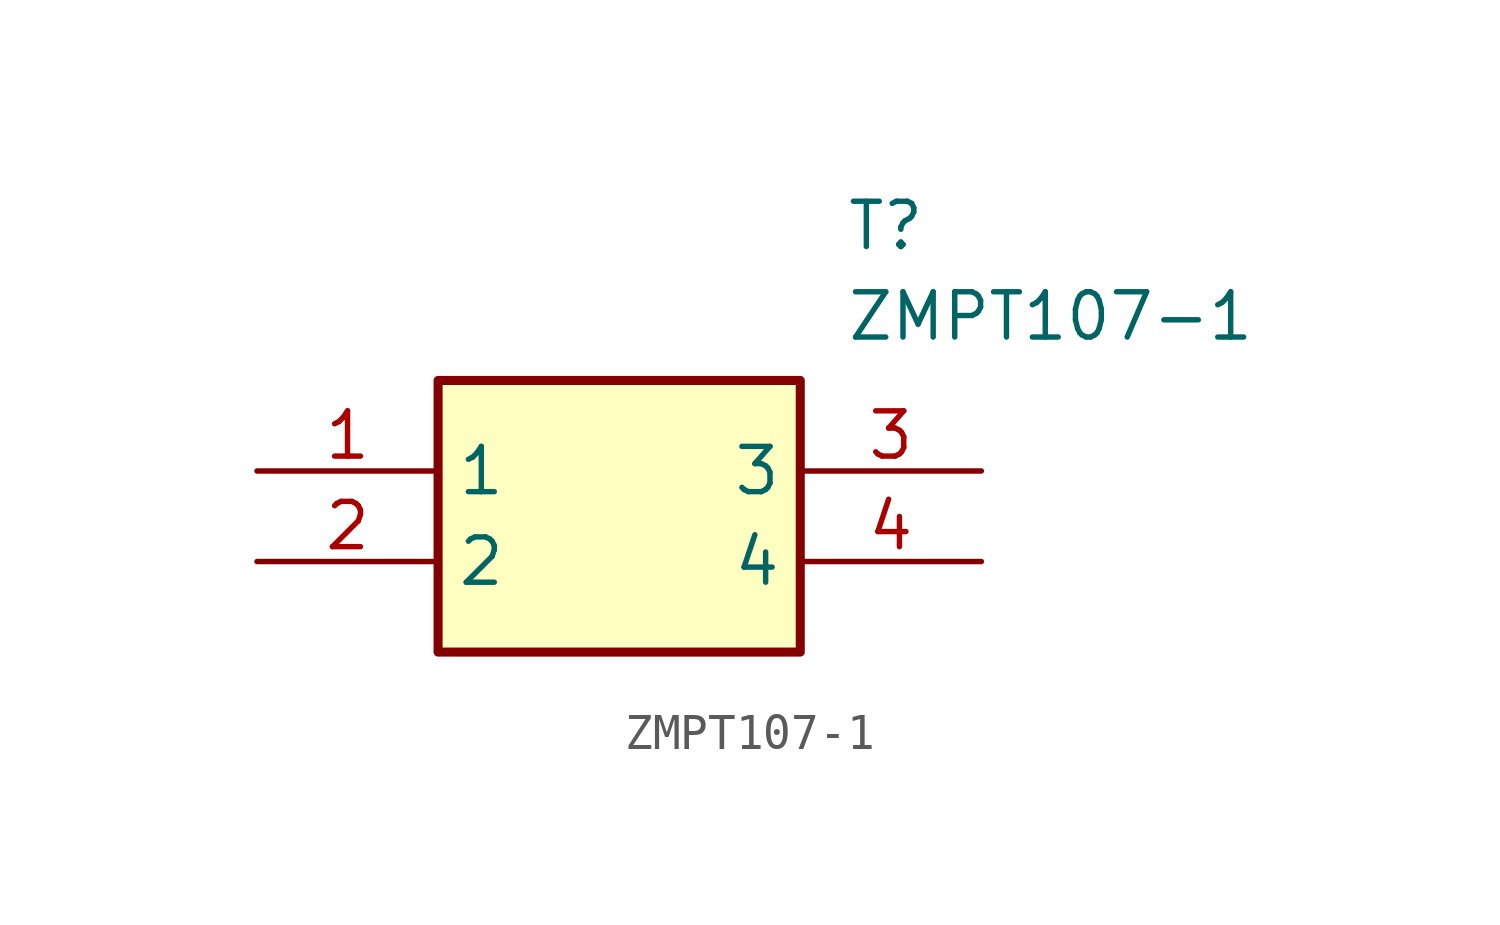
<source format=kicad_sym>
(kicad_symbol_lib
  (version 20211014)
  (generator SamacSys_ECAD_Model)
  (symbol "ZMPT107-1"
    (property "Reference" "T"
      (at 16.51 7.62 0)
      (effects (font (size 1.27 1.27)) (justify left top)))
    (property "Value" "ZMPT107-1"
      (at 16.51 5.08 0)
      (effects (font (size 1.27 1.27)) (justify left top)))
    (rectangle
      (start 5.08 2.54)
      (end 15.24 -5.08)
      (stroke (width 0.254) (type default))
      (fill (type background)))
    (pin passive line
      (at 0 0 0)
      (length 5.08)
      (name "1" (effects (font (size 1.27 1.27))))
      (number "1" (effects (font (size 1.27 1.27)))))
    (pin passive line
      (at 0 -2.54 0)
      (length 5.08)
      (name "2" (effects (font (size 1.27 1.27))))
      (number "2" (effects (font (size 1.27 1.27)))))
    (pin passive line
      (at 20.32 0 180)
      (length 5.08)
      (name "3" (effects (font (size 1.27 1.27))))
      (number "3" (effects (font (size 1.27 1.27)))))
    (pin passive line
      (at 20.32 -2.54 180)
      (length 5.08)
      (name "4" (effects (font (size 1.27 1.27))))
      (number "4" (effects (font (size 1.27 1.27)))))))
</source>
